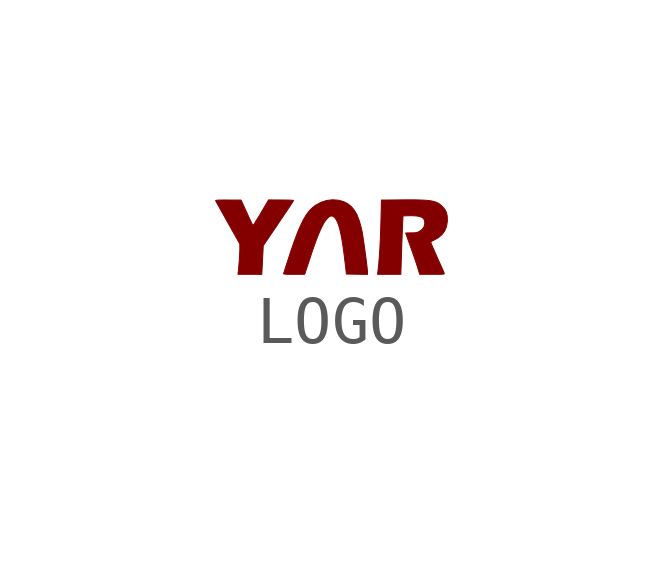
<source format=kicad_sym>
(kicad_symbol_lib
  (version 20220914)
  (generator "bitmap2component")
  (generator_version "9.0")
  (symbol "LOGO"
    (pin_names
      (offset 1.016))
    (property "Reference" "#G"
      (at 0 0.615 0)
      (effects (font (size 1.27 1.27)) hide))
    (symbol "LOGO_0_0"
      (polyline (pts (xy -1.451 -0.55) (xy -1.448 -0.5) (xy -1.444 -0.417) (xy -1.44 -0.33) (xy -1.436 -0.252) (xy -1.428 -0.093) (xy -1.112 0.373) (xy -1.06 0.451) (xy -0.998 0.542) (xy -0.942 0.625) (xy -0.893 0.699) (xy -0.853 0.76) (xy -0.822 0.807) (xy -0.803 0.837) (xy -0.796 0.849) (xy -0.797 0.85) (xy -0.816 0.853) (xy -0.855 0.856) (xy -0.911 0.858) (xy -0.979 0.859) (xy -1.056 0.86) (xy -1.317 0.861) (xy -1.476 0.59) (xy -1.513 0.528) (xy -1.554 0.461) (xy -1.589 0.405) (xy -1.617 0.362) (xy -1.635 0.336) (xy -1.643 0.328) (xy -1.644 0.328) (xy -1.653 0.344) (xy -1.669 0.378) (xy -1.691 0.424) (xy -1.717 0.479) (xy -1.74 0.529) (xy -1.774 0.605) (xy -1.808 0.678) (xy -1.836 0.74) (xy -1.891 0.858) (xy -2.159 0.859) (xy -2.21 0.86) (xy -2.292 0.859) (xy -2.353 0.858) (xy -2.394 0.855) (xy -2.416 0.851) (xy -2.421 0.846) (xy -2.42 0.843) (xy -2.408 0.821) (xy -2.386 0.781) (xy -2.354 0.725) (xy -2.316 0.655) (xy -2.27 0.574) (xy -2.22 0.484) (xy -2.166 0.387) (xy -1.916 -0.058) (xy -1.916 -0.148) (xy -1.916 -0.168) (xy -1.918 -0.229) (xy -1.922 -0.305) (xy -1.927 -0.39) (xy -1.934 -0.476) (xy -1.94 -0.556) (xy -1.947 -0.625) (xy -1.955 -0.69) (xy -1.706 -0.69) (xy -1.458 -0.69) (xy -1.451 -0.55)) (stroke (width 0.01) (type default)) (fill (type outline)))
      (polyline (pts (xy 0.746 -0.654) (xy 0.745 -0.627) (xy 0.74 -0.577) (xy 0.733 -0.51) (xy 0.723 -0.43) (xy 0.712 -0.341) (xy 0.699 -0.246) (xy 0.686 -0.149) (xy 0.673 -0.056) (xy 0.66 0.032) (xy 0.648 0.109) (xy 0.638 0.173) (xy 0.629 0.218) (xy 0.613 0.29) (xy 0.573 0.43) (xy 0.527 0.548) (xy 0.472 0.645) (xy 0.408 0.723) (xy 0.334 0.782) (xy 0.249 0.825) (xy 0.151 0.853) (xy 0.14 0.855) (xy 0.017 0.864) (xy -0.105 0.85) (xy -0.224 0.811) (xy -0.337 0.75) (xy -0.343 0.746) (xy -0.397 0.704) (xy -0.448 0.655) (xy -0.498 0.596) (xy -0.546 0.526) (xy -0.594 0.443) (xy -0.642 0.345) (xy -0.692 0.232) (xy -0.744 0.1) (xy -0.799 -0.051) (xy -0.858 -0.222) (xy -0.921 -0.417) (xy -0.926 -0.433) (xy -0.95 -0.506) (xy -0.971 -0.571) (xy -0.987 -0.623) (xy -0.999 -0.659) (xy -1.004 -0.675) (xy -1.004 -0.678) (xy -0.995 -0.683) (xy -0.971 -0.686) (xy -0.93 -0.689) (xy -0.87 -0.69) (xy -0.787 -0.69) (xy -0.564 -0.69) (xy -0.473 -0.413) (xy -0.432 -0.289) (xy -0.378 -0.129) (xy -0.328 0.009) (xy -0.282 0.128) (xy -0.24 0.228) (xy -0.201 0.311) (xy -0.164 0.379) (xy -0.128 0.433) (xy -0.093 0.475) (xy -0.059 0.506) (xy -0.018 0.527) (xy 0.019 0.524) (xy 0.055 0.499) (xy 0.058 0.497) (xy 0.087 0.459) (xy 0.115 0.408) (xy 0.141 0.342) (xy 0.165 0.26) (xy 0.188 0.161) (xy 0.211 0.042) (xy 0.233 -0.097) (xy 0.255 -0.257) (xy 0.278 -0.442) (xy 0.306 -0.684) (xy 0.526 -0.688) (xy 0.746 -0.691) (xy 0.746 -0.654)) (stroke (width 0.01) (type default)) (fill (type outline)))
      (polyline (pts (xy 1.448 -0.445) (xy 1.452 -0.326) (xy 1.456 -0.198) (xy 1.46 -0.072) (xy 1.465 0.047) (xy 1.469 0.159) (xy 1.473 0.26) (xy 1.477 0.349) (xy 1.48 0.422) (xy 1.483 0.478) (xy 1.485 0.514) (xy 1.487 0.527) (xy 1.487 0.527) (xy 1.502 0.529) (xy 1.536 0.53) (xy 1.585 0.531) (xy 1.644 0.532) (xy 1.668 0.532) (xy 1.76 0.528) (xy 1.831 0.517) (xy 1.882 0.497) (xy 1.916 0.468) (xy 1.935 0.427) (xy 1.94 0.376) (xy 1.94 0.367) (xy 1.925 0.304) (xy 1.888 0.25) (xy 1.828 0.205) (xy 1.819 0.2) (xy 1.789 0.187) (xy 1.757 0.179) (xy 1.716 0.175) (xy 1.657 0.174) (xy 1.63 0.174) (xy 1.585 0.173) (xy 1.554 0.172) (xy 1.542 0.17) (xy 1.546 0.159) (xy 1.557 0.128) (xy 1.574 0.079) (xy 1.596 0.016) (xy 1.623 -0.059) (xy 1.652 -0.141) (xy 1.674 -0.203) (xy 1.706 -0.293) (xy 1.736 -0.38) (xy 1.762 -0.458) (xy 1.783 -0.523) (xy 1.797 -0.569) (xy 1.833 -0.69) (xy 2.093 -0.69) (xy 2.168 -0.69) (xy 2.235 -0.69) (xy 2.284 -0.689) (xy 2.316 -0.687) (xy 2.335 -0.684) (xy 2.345 -0.679) (xy 2.346 -0.673) (xy 2.344 -0.664) (xy 2.341 -0.657) (xy 2.329 -0.627) (xy 2.309 -0.581) (xy 2.284 -0.525) (xy 2.255 -0.462) (xy 2.25 -0.45) (xy 2.208 -0.358) (xy 2.17 -0.272) (xy 2.135 -0.193) (xy 2.106 -0.126) (xy 2.084 -0.072) (xy 2.07 -0.036) (xy 2.065 -0.019) (xy 2.065 -0.018) (xy 2.078 -0.006) (xy 2.108 0.012) (xy 2.148 0.032) (xy 2.216 0.07) (xy 2.296 0.136) (xy 2.356 0.215) (xy 2.393 0.307) (xy 2.41 0.412) (xy 2.411 0.438) (xy 2.408 0.526) (xy 2.391 0.599) (xy 2.359 0.662) (xy 2.309 0.721) (xy 2.276 0.753) (xy 2.239 0.78) (xy 2.2 0.803) (xy 2.154 0.821) (xy 2.099 0.836) (xy 2.035 0.847) (xy 1.957 0.854) (xy 1.863 0.859) (xy 1.752 0.862) (xy 1.621 0.863) (xy 1.468 0.862) (xy 1.036 0.858) (xy 1.028 0.498) (xy 1.021 0.271) (xy 1.013 0.049) (xy 1.003 -0.153) (xy 0.991 -0.335) (xy 0.978 -0.495) (xy 0.963 -0.631) (xy 0.955 -0.69) (xy 1.198 -0.69) (xy 1.44 -0.69) (xy 1.448 -0.445)) (stroke (width 0.01) (type default)) (fill (type outline))))))
</source>
